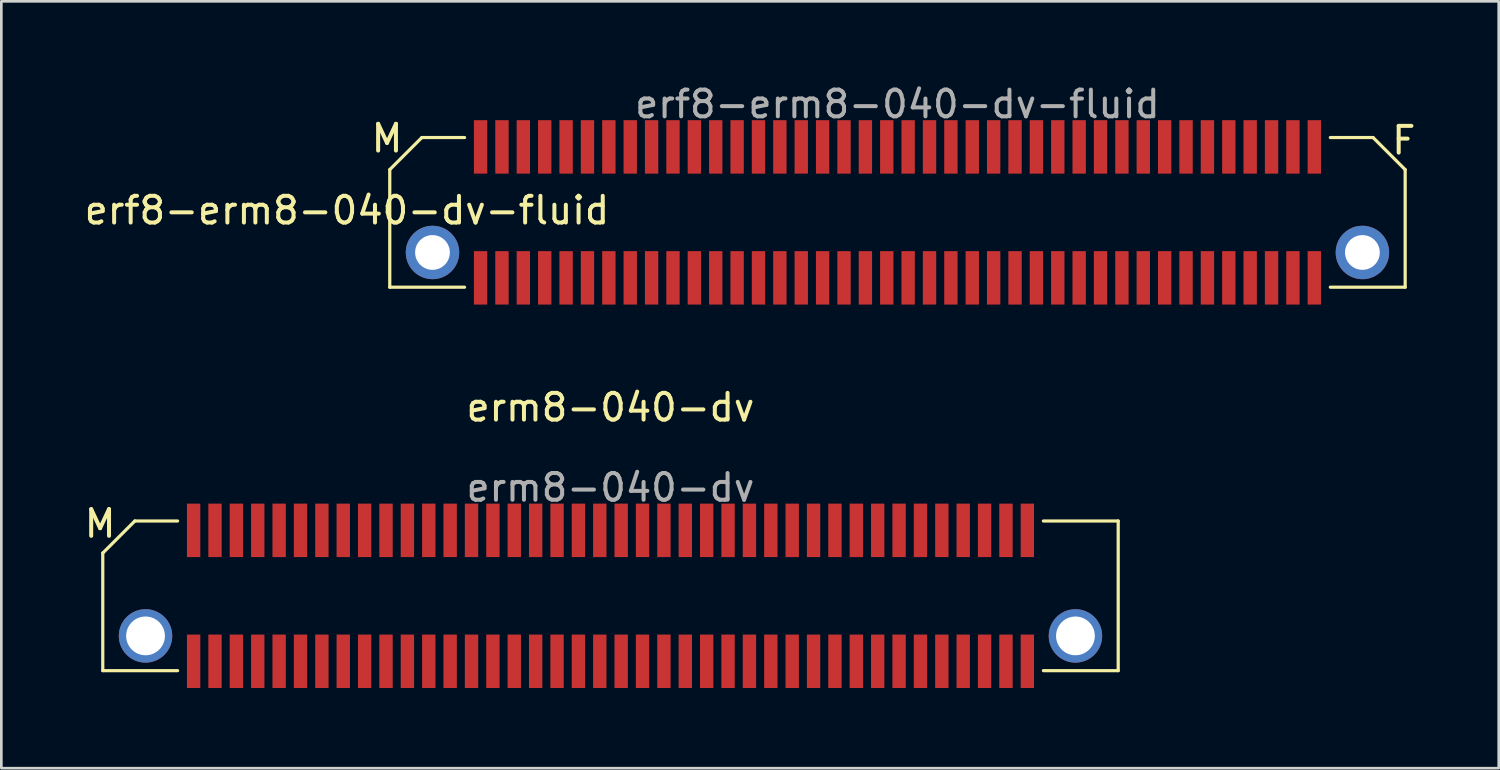
<source format=kicad_pcb>
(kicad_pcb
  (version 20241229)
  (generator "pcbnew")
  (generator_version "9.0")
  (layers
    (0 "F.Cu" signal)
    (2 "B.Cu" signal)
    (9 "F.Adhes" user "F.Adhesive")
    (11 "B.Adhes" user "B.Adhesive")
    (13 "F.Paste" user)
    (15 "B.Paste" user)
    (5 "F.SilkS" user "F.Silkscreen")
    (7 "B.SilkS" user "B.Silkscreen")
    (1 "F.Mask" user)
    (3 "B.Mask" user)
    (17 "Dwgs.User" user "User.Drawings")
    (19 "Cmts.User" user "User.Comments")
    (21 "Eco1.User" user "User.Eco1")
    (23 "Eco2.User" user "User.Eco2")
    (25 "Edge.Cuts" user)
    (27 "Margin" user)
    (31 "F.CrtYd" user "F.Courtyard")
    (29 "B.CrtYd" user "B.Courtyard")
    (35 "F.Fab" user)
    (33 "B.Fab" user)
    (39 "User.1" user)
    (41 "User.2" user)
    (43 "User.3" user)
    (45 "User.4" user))
  (footprint "erm8-040-dv"
    (layer "F.Cu")
    (at 19.796 19.247)
    (property "Reference" "erm8-040-dv" (at 0 -7.05 0) (unlocked yes) (layer "F.SilkS") (effects (font (size 1 1) (thickness 0.15))))
    (attr smd)
    (fp_line (start -19 -1.6) (end -19 2.8) (stroke (width 0.12) (type solid)) (layer "F.SilkS"))
    (fp_line (start -17.8 -2.8) (end -19 -1.6) (stroke (width 0.12) (type solid)) (layer "F.SilkS"))
    (fp_line (start -16.2 -2.8) (end -17.8 -2.8) (stroke (width 0.12) (type solid)) (layer "F.SilkS"))
    (fp_line (start -16.2 2.8) (end -19 2.8) (stroke (width 0.12) (type solid)) (layer "F.SilkS"))
    (fp_line (start 16.2 2.8) (end 19 2.8) (stroke (width 0.12) (type solid)) (layer "F.SilkS"))
    (fp_line (start 19 -2.8) (end 16.2 -2.8) (stroke (width 0.12) (type solid)) (layer "F.SilkS"))
    (fp_line (start 19 2.8) (end 19 -2.8) (stroke (width 0.12) (type solid)) (layer "F.SilkS"))
    (fp_text user "M" (at -19.1 -2.7 0) (unlocked yes) (layer "F.SilkS") (effects (font (size 1 1) (thickness 0.15))))
    (fp_text user "${REFERENCE}" (at 0 -4.05 0) (unlocked yes) (layer "F.Fab") (effects (font (size 1 1) (thickness 0.15))))
    (pad "1" smd rect (at -15.6 -2.45 90) (size 2 0.5) (layers "F.Cu" "F.Mask" "F.Paste"))
    (pad "2" smd rect (at -15.6 2.45 90) (size 2 0.5) (layers "F.Cu" "F.Mask" "F.Paste"))
    (pad "3" smd rect (at -14.8 -2.45 90) (size 2 0.5) (layers "F.Cu" "F.Mask" "F.Paste"))
    (pad "4" smd rect (at -14.8 2.45 90) (size 2 0.5) (layers "F.Cu" "F.Mask" "F.Paste"))
    (pad "5" smd rect (at -14 -2.45 90) (size 2 0.5) (layers "F.Cu" "F.Mask" "F.Paste"))
    (pad "6" smd rect (at -14 2.45 90) (size 2 0.5) (layers "F.Cu" "F.Mask" "F.Paste"))
    (pad "7" smd rect (at -13.2 -2.45 90) (size 2 0.5) (layers "F.Cu" "F.Mask" "F.Paste"))
    (pad "8" smd rect (at -13.2 2.45 90) (size 2 0.5) (layers "F.Cu" "F.Mask" "F.Paste"))
    (pad "9" smd rect (at -12.4 -2.45 90) (size 2 0.5) (layers "F.Cu" "F.Mask" "F.Paste"))
    (pad "10" smd rect (at -12.4 2.45 90) (size 2 0.5) (layers "F.Cu" "F.Mask" "F.Paste"))
    (pad "11" smd rect (at -11.6 -2.45 90) (size 2 0.5) (layers "F.Cu" "F.Mask" "F.Paste"))
    (pad "12" smd rect (at -11.6 2.45 90) (size 2 0.5) (layers "F.Cu" "F.Mask" "F.Paste"))
    (pad "13" smd rect (at -10.8 -2.45 90) (size 2 0.5) (layers "F.Cu" "F.Mask" "F.Paste"))
    (pad "14" smd rect (at -10.8 2.45 90) (size 2 0.5) (layers "F.Cu" "F.Mask" "F.Paste"))
    (pad "15" smd rect (at -10 -2.45 90) (size 2 0.5) (layers "F.Cu" "F.Mask" "F.Paste"))
    (pad "16" smd rect (at -10 2.45 90) (size 2 0.5) (layers "F.Cu" "F.Mask" "F.Paste"))
    (pad "17" smd rect (at -9.2 -2.45 90) (size 2 0.5) (layers "F.Cu" "F.Mask" "F.Paste"))
    (pad "18" smd rect (at -9.2 2.45 90) (size 2 0.5) (layers "F.Cu" "F.Mask" "F.Paste"))
    (pad "19" smd rect (at -8.4 -2.45 90) (size 2 0.5) (layers "F.Cu" "F.Mask" "F.Paste"))
    (pad "20" smd rect (at -8.4 2.45 90) (size 2 0.5) (layers "F.Cu" "F.Mask" "F.Paste"))
    (pad "21" smd rect (at -7.6 -2.45 90) (size 2 0.5) (layers "F.Cu" "F.Mask" "F.Paste"))
    (pad "22" smd rect (at -7.6 2.45 90) (size 2 0.5) (layers "F.Cu" "F.Mask" "F.Paste"))
    (pad "23" smd rect (at -6.8 -2.45 90) (size 2 0.5) (layers "F.Cu" "F.Mask" "F.Paste"))
    (pad "24" smd rect (at -6.8 2.45 90) (size 2 0.5) (layers "F.Cu" "F.Mask" "F.Paste"))
    (pad "25" smd rect (at -6 -2.45 90) (size 2 0.5) (layers "F.Cu" "F.Mask" "F.Paste"))
    (pad "26" smd rect (at -6 2.45 90) (size 2 0.5) (layers "F.Cu" "F.Mask" "F.Paste"))
    (pad "27" smd rect (at -5.2 -2.45 90) (size 2 0.5) (layers "F.Cu" "F.Mask" "F.Paste"))
    (pad "28" smd rect (at -5.2 2.45 90) (size 2 0.5) (layers "F.Cu" "F.Mask" "F.Paste"))
    (pad "29" smd rect (at -4.4 -2.45 90) (size 2 0.5) (layers "F.Cu" "F.Mask" "F.Paste"))
    (pad "30" smd rect (at -4.4 2.45 90) (size 2 0.5) (layers "F.Cu" "F.Mask" "F.Paste"))
    (pad "31" smd rect (at -3.6 -2.45 90) (size 2 0.5) (layers "F.Cu" "F.Mask" "F.Paste"))
    (pad "32" smd rect (at -3.6 2.45 90) (size 2 0.5) (layers "F.Cu" "F.Mask" "F.Paste"))
    (pad "33" smd rect (at -2.8 -2.45 90) (size 2 0.5) (layers "F.Cu" "F.Mask" "F.Paste"))
    (pad "34" smd rect (at -2.8 2.45 90) (size 2 0.5) (layers "F.Cu" "F.Mask" "F.Paste"))
    (pad "35" smd rect (at -2 -2.45 90) (size 2 0.5) (layers "F.Cu" "F.Mask" "F.Paste"))
    (pad "36" smd rect (at -2 2.45 90) (size 2 0.5) (layers "F.Cu" "F.Mask" "F.Paste"))
    (pad "37" smd rect (at -1.2 -2.45 90) (size 2 0.5) (layers "F.Cu" "F.Mask" "F.Paste"))
    (pad "38" smd rect (at -1.2 2.45 90) (size 2 0.5) (layers "F.Cu" "F.Mask" "F.Paste"))
    (pad "39" smd rect (at -0.4 -2.45 90) (size 2 0.5) (layers "F.Cu" "F.Mask" "F.Paste"))
    (pad "40" smd rect (at -0.4 2.45 90) (size 2 0.5) (layers "F.Cu" "F.Mask" "F.Paste"))
    (pad "41" smd rect (at 0.4 -2.45 90) (size 2 0.5) (layers "F.Cu" "F.Mask" "F.Paste"))
    (pad "42" smd rect (at 0.4 2.45 90) (size 2 0.5) (layers "F.Cu" "F.Mask" "F.Paste"))
    (pad "43" smd rect (at 1.2 -2.45 90) (size 2 0.5) (layers "F.Cu" "F.Mask" "F.Paste"))
    (pad "44" smd rect (at 1.2 2.45 90) (size 2 0.5) (layers "F.Cu" "F.Mask" "F.Paste"))
    (pad "45" smd rect (at 2 -2.45 90) (size 2 0.5) (layers "F.Cu" "F.Mask" "F.Paste"))
    (pad "46" smd rect (at 2 2.45 90) (size 2 0.5) (layers "F.Cu" "F.Mask" "F.Paste"))
    (pad "47" smd rect (at 2.8 -2.45 90) (size 2 0.5) (layers "F.Cu" "F.Mask" "F.Paste"))
    (pad "48" smd rect (at 2.8 2.45 90) (size 2 0.5) (layers "F.Cu" "F.Mask" "F.Paste"))
    (pad "49" smd rect (at 3.6 -2.45 90) (size 2 0.5) (layers "F.Cu" "F.Mask" "F.Paste"))
    (pad "50" smd rect (at 3.6 2.45 90) (size 2 0.5) (layers "F.Cu" "F.Mask" "F.Paste"))
    (pad "51" smd rect (at 4.4 -2.45 90) (size 2 0.5) (layers "F.Cu" "F.Mask" "F.Paste"))
    (pad "52" smd rect (at 4.4 2.45 90) (size 2 0.5) (layers "F.Cu" "F.Mask" "F.Paste"))
    (pad "53" smd rect (at 5.2 -2.45 90) (size 2 0.5) (layers "F.Cu" "F.Mask" "F.Paste"))
    (pad "54" smd rect (at 5.2 2.45 90) (size 2 0.5) (layers "F.Cu" "F.Mask" "F.Paste"))
    (pad "55" smd rect (at 6 -2.45 90) (size 2 0.5) (layers "F.Cu" "F.Mask" "F.Paste"))
    (pad "56" smd rect (at 6 2.45 90) (size 2 0.5) (layers "F.Cu" "F.Mask" "F.Paste"))
    (pad "57" smd rect (at 6.8 -2.45 90) (size 2 0.5) (layers "F.Cu" "F.Mask" "F.Paste"))
    (pad "58" smd rect (at 6.8 2.45 90) (size 2 0.5) (layers "F.Cu" "F.Mask" "F.Paste"))
    (pad "59" smd rect (at 7.6 -2.45 90) (size 2 0.5) (layers "F.Cu" "F.Mask" "F.Paste"))
    (pad "60" smd rect (at 7.6 2.45 90) (size 2 0.5) (layers "F.Cu" "F.Mask" "F.Paste"))
    (pad "61" smd rect (at 8.4 -2.45 90) (size 2 0.5) (layers "F.Cu" "F.Mask" "F.Paste"))
    (pad "62" smd rect (at 8.4 2.45 90) (size 2 0.5) (layers "F.Cu" "F.Mask" "F.Paste"))
    (pad "63" smd rect (at 9.2 -2.45 90) (size 2 0.5) (layers "F.Cu" "F.Mask" "F.Paste"))
    (pad "64" smd rect (at 9.2 2.45 90) (size 2 0.5) (layers "F.Cu" "F.Mask" "F.Paste"))
    (pad "65" smd rect (at 10 -2.45 90) (size 2 0.5) (layers "F.Cu" "F.Mask" "F.Paste"))
    (pad "66" smd rect (at 10 2.45 90) (size 2 0.5) (layers "F.Cu" "F.Mask" "F.Paste"))
    (pad "67" smd rect (at 10.8 -2.45 90) (size 2 0.5) (layers "F.Cu" "F.Mask" "F.Paste"))
    (pad "68" smd rect (at 10.8 2.45 90) (size 2 0.5) (layers "F.Cu" "F.Mask" "F.Paste"))
    (pad "69" smd rect (at 11.6 -2.45 90) (size 2 0.5) (layers "F.Cu" "F.Mask" "F.Paste"))
    (pad "70" smd rect (at 11.6 2.45 90) (size 2 0.5) (layers "F.Cu" "F.Mask" "F.Paste"))
    (pad "71" smd rect (at 12.4 -2.45 90) (size 2 0.5) (layers "F.Cu" "F.Mask" "F.Paste"))
    (pad "72" smd rect (at 12.4 2.45 90) (size 2 0.5) (layers "F.Cu" "F.Mask" "F.Paste"))
    (pad "73" smd rect (at 13.2 -2.45 90) (size 2 0.5) (layers "F.Cu" "F.Mask" "F.Paste"))
    (pad "74" smd rect (at 13.2 2.45 90) (size 2 0.5) (layers "F.Cu" "F.Mask" "F.Paste"))
    (pad "75" smd rect (at 14 -2.45 90) (size 2 0.5) (layers "F.Cu" "F.Mask" "F.Paste"))
    (pad "76" smd rect (at 14 2.45 90) (size 2 0.5) (layers "F.Cu" "F.Mask" "F.Paste"))
    (pad "77" smd rect (at 14.8 -2.45 90) (size 2 0.5) (layers "F.Cu" "F.Mask" "F.Paste"))
    (pad "78" smd rect (at 14.8 2.45 90) (size 2 0.5) (layers "F.Cu" "F.Mask" "F.Paste"))
    (pad "79" smd rect (at 15.6 -2.45 90) (size 2 0.5) (layers "F.Cu" "F.Mask" "F.Paste"))
    (pad "80" smd rect (at 15.6 2.45 90) (size 2 0.5) (layers "F.Cu" "F.Mask" "F.Paste"))
    (pad "G1" thru_hole circle (at -17.4 1.5 90) (size 2 2) (drill 1.45) (layers "*.Cu" "*.Mask"))
    (pad "G2" thru_hole circle (at 17.4 1.5 90) (size 2 2) (drill 1.45) (layers "*.Cu" "*.Mask")))
  (footprint "erf8-erm8-040-dv-fluid"
    (layer "F.Cu")
    (at 30.535 4.898)
    (property "Reference" "erf8-erm8-040-dv-fluid" (at -20.6 -0.075 0) (unlocked yes) (layer "F.SilkS") (effects (font (size 1 1) (thickness 0.15))))
    (attr through_hole)
    (fp_line (start -18.999 -1.6) (end -18.999 2.8) (stroke (width 0.12) (type solid)) (layer "F.SilkS"))
    (fp_line (start -17.799 -2.8) (end -18.999 -1.6) (stroke (width 0.12) (type solid)) (layer "F.SilkS"))
    (fp_line (start -16.2 2.8) (end -19 2.8) (stroke (width 0.12) (type solid)) (layer "F.SilkS"))
    (fp_line (start -16.199 -2.8) (end -17.799 -2.8) (stroke (width 0.12) (type solid)) (layer "F.SilkS"))
    (fp_line (start 16.2 -2.8) (end 17.8 -2.8) (stroke (width 0.12) (type solid)) (layer "F.SilkS"))
    (fp_line (start 16.2 2.8) (end 19 2.8) (stroke (width 0.12) (type solid)) (layer "F.SilkS"))
    (fp_line (start 17.8 -2.8) (end 19 -1.6) (stroke (width 0.12) (type solid)) (layer "F.SilkS"))
    (fp_line (start 19 -1.6) (end 19 2.8) (stroke (width 0.12) (type solid)) (layer "F.SilkS"))
    (fp_text user "M" (at -19.101 -2.769 0) (unlocked yes) (layer "F.SilkS") (effects (font (size 1 1) (thickness 0.15))))
    (fp_text user "F" (at 18.948 -2.692 0) (unlocked yes) (layer "F.SilkS") (effects (font (size 1 1) (thickness 0.15))))
    (fp_text user "${REFERENCE}" (at 0 -4.05 0) (unlocked yes) (layer "F.Fab") (effects (font (size 1 1) (thickness 0.15))))
    (pad "1" smd rect (at 15.6 -2.45 270) (size 2 0.5) (layers "F.Cu" "F.Mask" "F.Paste"))
    (pad "2" smd rect (at 15.6 2.45 270) (size 2 0.5) (layers "F.Cu" "F.Mask" "F.Paste"))
    (pad "3" smd rect (at 14.8 -2.45 270) (size 2 0.5) (layers "F.Cu" "F.Mask" "F.Paste"))
    (pad "4" smd rect (at 14.8 2.45 270) (size 2 0.5) (layers "F.Cu" "F.Mask" "F.Paste"))
    (pad "5" smd rect (at 14 -2.45 270) (size 2 0.5) (layers "F.Cu" "F.Mask" "F.Paste"))
    (pad "6" smd rect (at 14 2.45 270) (size 2 0.5) (layers "F.Cu" "F.Mask" "F.Paste"))
    (pad "7" smd rect (at 13.2 -2.45 270) (size 2 0.5) (layers "F.Cu" "F.Mask" "F.Paste"))
    (pad "8" smd rect (at 13.2 2.45 270) (size 2 0.5) (layers "F.Cu" "F.Mask" "F.Paste"))
    (pad "9" smd rect (at 12.4 -2.45 270) (size 2 0.5) (layers "F.Cu" "F.Mask" "F.Paste"))
    (pad "10" smd rect (at 12.4 2.45 270) (size 2 0.5) (layers "F.Cu" "F.Mask" "F.Paste"))
    (pad "11" smd rect (at 11.6 -2.45 270) (size 2 0.5) (layers "F.Cu" "F.Mask" "F.Paste"))
    (pad "12" smd rect (at 11.6 2.45 270) (size 2 0.5) (layers "F.Cu" "F.Mask" "F.Paste"))
    (pad "13" smd rect (at 10.8 -2.45 270) (size 2 0.5) (layers "F.Cu" "F.Mask" "F.Paste"))
    (pad "14" smd rect (at 10.8 2.45 270) (size 2 0.5) (layers "F.Cu" "F.Mask" "F.Paste"))
    (pad "15" smd rect (at 10 -2.45 270) (size 2 0.5) (layers "F.Cu" "F.Mask" "F.Paste"))
    (pad "16" smd rect (at 10 2.45 270) (size 2 0.5) (layers "F.Cu" "F.Mask" "F.Paste"))
    (pad "17" smd rect (at 9.2 -2.45 270) (size 2 0.5) (layers "F.Cu" "F.Mask" "F.Paste"))
    (pad "18" smd rect (at 9.2 2.45 270) (size 2 0.5) (layers "F.Cu" "F.Mask" "F.Paste"))
    (pad "19" smd rect (at 8.4 -2.45 270) (size 2 0.5) (layers "F.Cu" "F.Mask" "F.Paste"))
    (pad "20" smd rect (at 8.4 2.45 270) (size 2 0.5) (layers "F.Cu" "F.Mask" "F.Paste"))
    (pad "21" smd rect (at 7.6 -2.45 270) (size 2 0.5) (layers "F.Cu" "F.Mask" "F.Paste"))
    (pad "22" smd rect (at 7.6 2.45 270) (size 2 0.5) (layers "F.Cu" "F.Mask" "F.Paste"))
    (pad "23" smd rect (at 6.8 -2.45 270) (size 2 0.5) (layers "F.Cu" "F.Mask" "F.Paste"))
    (pad "24" smd rect (at 6.8 2.45 270) (size 2 0.5) (layers "F.Cu" "F.Mask" "F.Paste"))
    (pad "25" smd rect (at 6 -2.45 270) (size 2 0.5) (layers "F.Cu" "F.Mask" "F.Paste"))
    (pad "26" smd rect (at 6 2.45 270) (size 2 0.5) (layers "F.Cu" "F.Mask" "F.Paste"))
    (pad "27" smd rect (at 5.2 -2.45 270) (size 2 0.5) (layers "F.Cu" "F.Mask" "F.Paste"))
    (pad "28" smd rect (at 5.2 2.45 270) (size 2 0.5) (layers "F.Cu" "F.Mask" "F.Paste"))
    (pad "29" smd rect (at 4.4 -2.45 270) (size 2 0.5) (layers "F.Cu" "F.Mask" "F.Paste"))
    (pad "30" smd rect (at 4.4 2.45 270) (size 2 0.5) (layers "F.Cu" "F.Mask" "F.Paste"))
    (pad "31" smd rect (at 3.6 -2.45 270) (size 2 0.5) (layers "F.Cu" "F.Mask" "F.Paste"))
    (pad "32" smd rect (at 3.6 2.45 270) (size 2 0.5) (layers "F.Cu" "F.Mask" "F.Paste"))
    (pad "33" smd rect (at 2.8 -2.45 270) (size 2 0.5) (layers "F.Cu" "F.Mask" "F.Paste"))
    (pad "34" smd rect (at 2.8 2.45 270) (size 2 0.5) (layers "F.Cu" "F.Mask" "F.Paste"))
    (pad "35" smd rect (at 2 -2.45 270) (size 2 0.5) (layers "F.Cu" "F.Mask" "F.Paste"))
    (pad "36" smd rect (at 2 2.45 270) (size 2 0.5) (layers "F.Cu" "F.Mask" "F.Paste"))
    (pad "37" smd rect (at 1.2 -2.45 270) (size 2 0.5) (layers "F.Cu" "F.Mask" "F.Paste"))
    (pad "38" smd rect (at 1.2 2.45 270) (size 2 0.5) (layers "F.Cu" "F.Mask" "F.Paste"))
    (pad "39" smd rect (at 0.4 -2.45 270) (size 2 0.5) (layers "F.Cu" "F.Mask" "F.Paste"))
    (pad "40" smd rect (at 0.4 2.45 270) (size 2 0.5) (layers "F.Cu" "F.Mask" "F.Paste"))
    (pad "41" smd rect (at -0.4 -2.45 270) (size 2 0.5) (layers "F.Cu" "F.Mask" "F.Paste"))
    (pad "42" smd rect (at -0.4 2.45 270) (size 2 0.5) (layers "F.Cu" "F.Mask" "F.Paste"))
    (pad "43" smd rect (at -1.2 -2.45 270) (size 2 0.5) (layers "F.Cu" "F.Mask" "F.Paste"))
    (pad "44" smd rect (at -1.2 2.45 270) (size 2 0.5) (layers "F.Cu" "F.Mask" "F.Paste"))
    (pad "45" smd rect (at -2 -2.45 270) (size 2 0.5) (layers "F.Cu" "F.Mask" "F.Paste"))
    (pad "46" smd rect (at -2 2.45 270) (size 2 0.5) (layers "F.Cu" "F.Mask" "F.Paste"))
    (pad "47" smd rect (at -2.8 -2.45 270) (size 2 0.5) (layers "F.Cu" "F.Mask" "F.Paste"))
    (pad "48" smd rect (at -2.8 2.45 270) (size 2 0.5) (layers "F.Cu" "F.Mask" "F.Paste"))
    (pad "49" smd rect (at -3.6 -2.45 270) (size 2 0.5) (layers "F.Cu" "F.Mask" "F.Paste"))
    (pad "50" smd rect (at -3.6 2.45 270) (size 2 0.5) (layers "F.Cu" "F.Mask" "F.Paste"))
    (pad "51" smd rect (at -4.4 -2.45 270) (size 2 0.5) (layers "F.Cu" "F.Mask" "F.Paste"))
    (pad "52" smd rect (at -4.4 2.45 270) (size 2 0.5) (layers "F.Cu" "F.Mask" "F.Paste"))
    (pad "53" smd rect (at -5.2 -2.45 270) (size 2 0.5) (layers "F.Cu" "F.Mask" "F.Paste"))
    (pad "54" smd rect (at -5.2 2.45 270) (size 2 0.5) (layers "F.Cu" "F.Mask" "F.Paste"))
    (pad "55" smd rect (at -6 -2.45 270) (size 2 0.5) (layers "F.Cu" "F.Mask" "F.Paste"))
    (pad "56" smd rect (at -6 2.45 270) (size 2 0.5) (layers "F.Cu" "F.Mask" "F.Paste"))
    (pad "57" smd rect (at -6.8 -2.45 270) (size 2 0.5) (layers "F.Cu" "F.Mask" "F.Paste"))
    (pad "58" smd rect (at -6.8 2.45 270) (size 2 0.5) (layers "F.Cu" "F.Mask" "F.Paste"))
    (pad "59" smd rect (at -7.6 -2.45 270) (size 2 0.5) (layers "F.Cu" "F.Mask" "F.Paste"))
    (pad "60" smd rect (at -7.6 2.45 270) (size 2 0.5) (layers "F.Cu" "F.Mask" "F.Paste"))
    (pad "61" smd rect (at -8.4 -2.45 270) (size 2 0.5) (layers "F.Cu" "F.Mask" "F.Paste"))
    (pad "62" smd rect (at -8.4 2.45 270) (size 2 0.5) (layers "F.Cu" "F.Mask" "F.Paste"))
    (pad "63" smd rect (at -9.2 -2.45 270) (size 2 0.5) (layers "F.Cu" "F.Mask" "F.Paste"))
    (pad "64" smd rect (at -9.2 2.45 270) (size 2 0.5) (layers "F.Cu" "F.Mask" "F.Paste"))
    (pad "65" smd rect (at -10 -2.45 270) (size 2 0.5) (layers "F.Cu" "F.Mask" "F.Paste"))
    (pad "66" smd rect (at -10 2.45 270) (size 2 0.5) (layers "F.Cu" "F.Mask" "F.Paste"))
    (pad "67" smd rect (at -10.8 -2.45 270) (size 2 0.5) (layers "F.Cu" "F.Mask" "F.Paste"))
    (pad "68" smd rect (at -10.8 2.45 270) (size 2 0.5) (layers "F.Cu" "F.Mask" "F.Paste"))
    (pad "69" smd rect (at -11.6 -2.45 270) (size 2 0.5) (layers "F.Cu" "F.Mask" "F.Paste"))
    (pad "70" smd rect (at -11.6 2.45 270) (size 2 0.5) (layers "F.Cu" "F.Mask" "F.Paste"))
    (pad "71" smd rect (at -12.4 -2.45 270) (size 2 0.5) (layers "F.Cu" "F.Mask" "F.Paste"))
    (pad "72" smd rect (at -12.4 2.45 270) (size 2 0.5) (layers "F.Cu" "F.Mask" "F.Paste"))
    (pad "73" smd rect (at -13.2 -2.45 270) (size 2 0.5) (layers "F.Cu" "F.Mask" "F.Paste"))
    (pad "74" smd rect (at -13.2 2.45 270) (size 2 0.5) (layers "F.Cu" "F.Mask" "F.Paste"))
    (pad "75" smd rect (at -14 -2.45 270) (size 2 0.5) (layers "F.Cu" "F.Mask" "F.Paste"))
    (pad "76" smd rect (at -14 2.45 270) (size 2 0.5) (layers "F.Cu" "F.Mask" "F.Paste"))
    (pad "77" smd rect (at -14.8 -2.45 270) (size 2 0.5) (layers "F.Cu" "F.Mask" "F.Paste"))
    (pad "78" smd rect (at -14.8 2.45 270) (size 2 0.5) (layers "F.Cu" "F.Mask" "F.Paste"))
    (pad "79" smd rect (at -15.6 -2.45 270) (size 2 0.5) (layers "F.Cu" "F.Mask" "F.Paste"))
    (pad "80" smd rect (at -15.6 2.45 270) (size 2 0.5) (layers "F.Cu" "F.Mask" "F.Paste"))
    (pad "G1" thru_hole circle (at -17.4 1.5 90) (size 2 2) (drill 1.3) (layers "*.Cu" "*.Mask"))
    (pad "G2" thru_hole circle (at 17.4 1.5 90) (size 2 2) (drill 1.3) (layers "*.Cu" "*.Mask")))
  (gr_rect
    (start -3 -3)
    (end 53.036 25.697)
    (stroke (width 0.1) (type default))
    (fill no)
    (layer "Edge.Cuts")))
</source>
